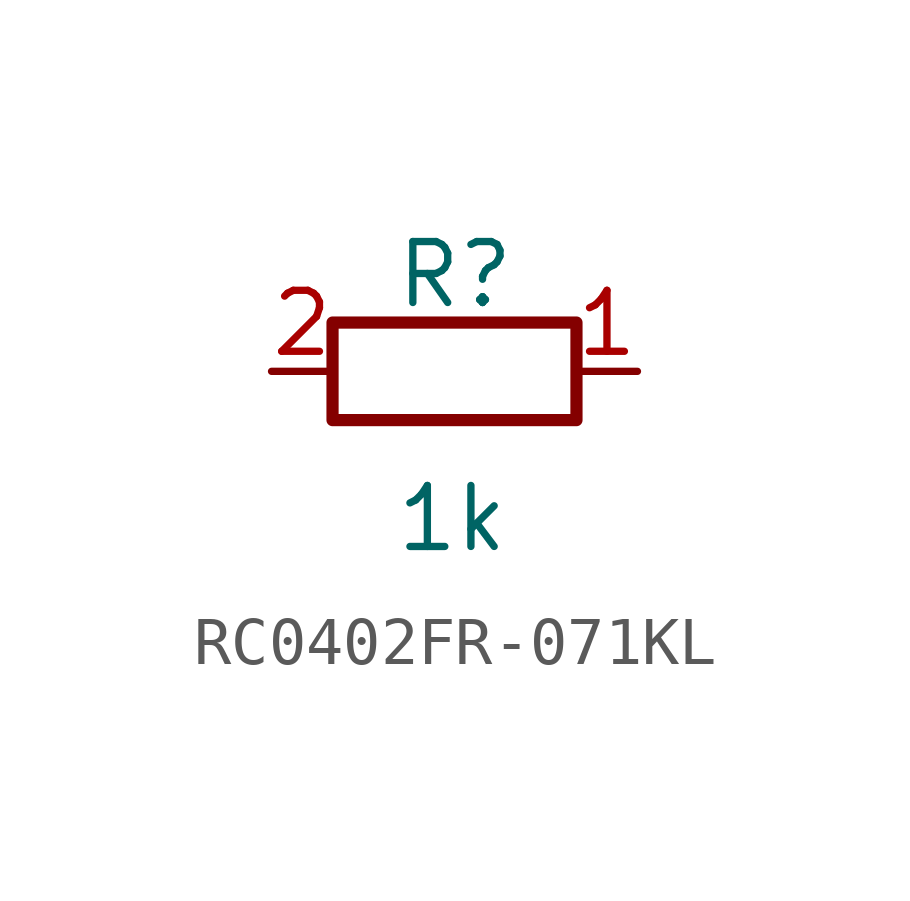
<source format=kicad_sym>
(kicad_symbol_lib
  (version 20220914)
  (generator kicad_symbol_editor)
  (symbol "RC0402FR-071KL"
    (pin_names
      (offset 1.016))
    (property "Reference" "R"
      (at -1.27 1.27 0)
      (effects (font (size 1.27 1.27)) (justify left bottom)))
    (property "Value" "1k"
      (at -1.27 -3.81 0)
      (effects (font (size 1.27 1.27)) (justify left bottom)))
    (symbol "RC0402FR-071KL_0_1"
      (rectangle (start -2.54 1.016) (end 2.54 -1.016) (stroke (width 0.254) (type default)) (fill (type none))))
    (symbol "RC0402FR-071KL_1_1"
      (pin passive line (at 3.81 0 180) (length 1.27) (name "~" (effects (font (size 1.27 1.27)))) (number "1" (effects (font (size 1.27 1.27)))))
      (pin passive line (at -3.81 0 0) (length 1.27) (name "~" (effects (font (size 1.27 1.27)))) (number "2" (effects (font (size 1.27 1.27))))))))
</source>
